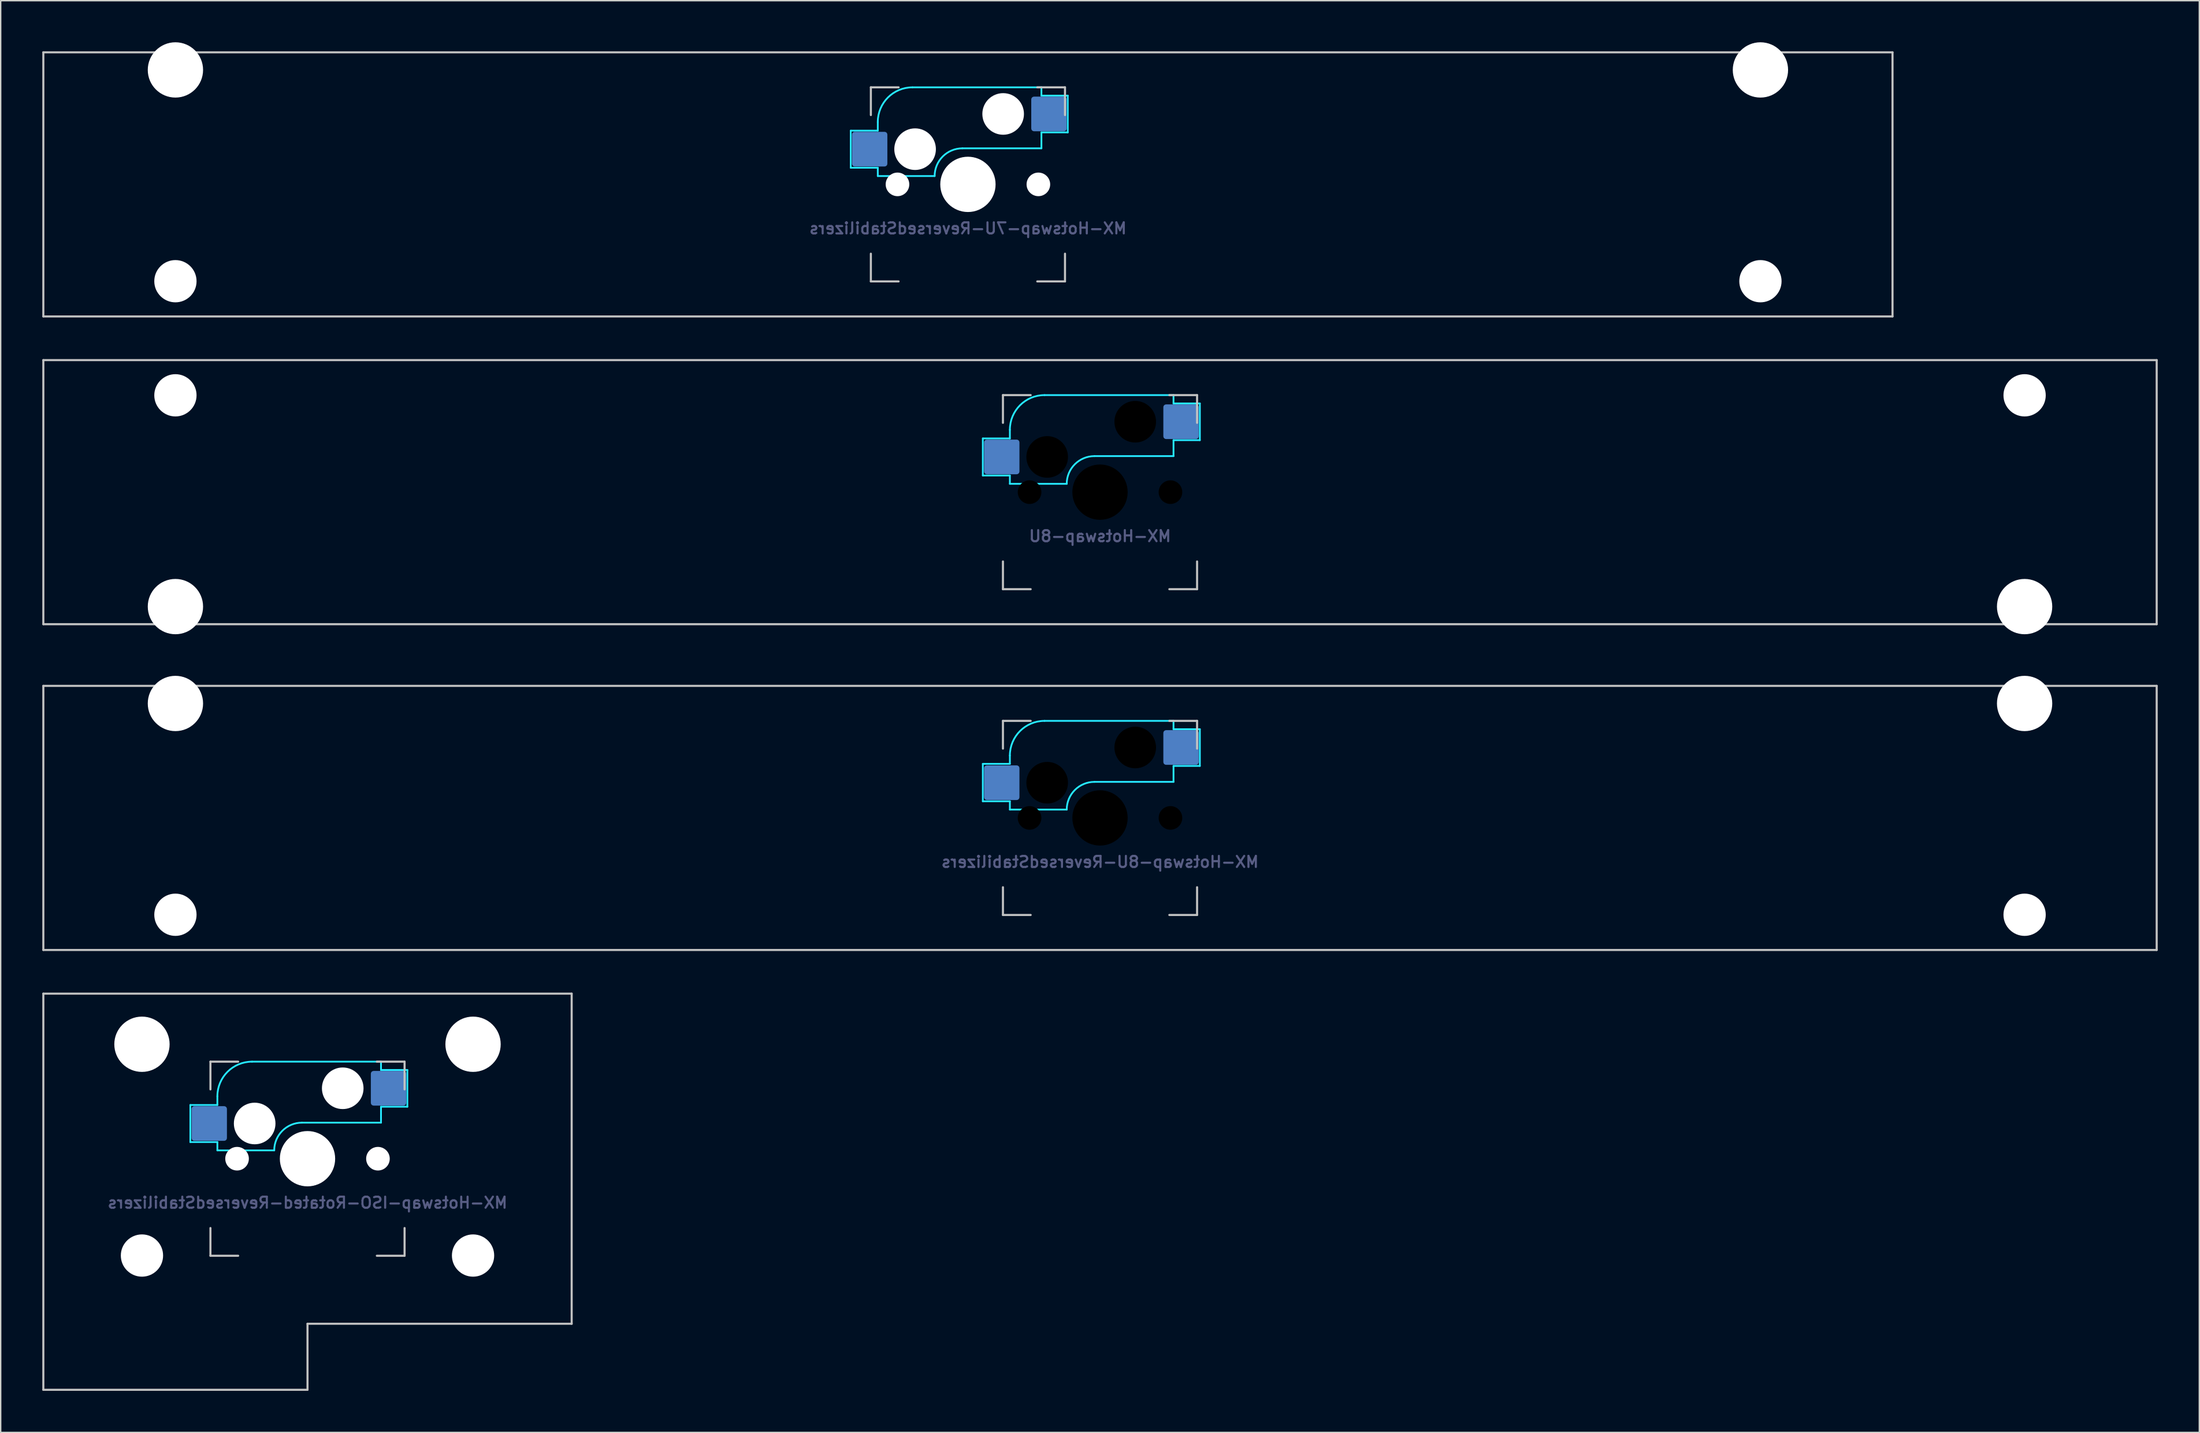
<source format=kicad_pcb>
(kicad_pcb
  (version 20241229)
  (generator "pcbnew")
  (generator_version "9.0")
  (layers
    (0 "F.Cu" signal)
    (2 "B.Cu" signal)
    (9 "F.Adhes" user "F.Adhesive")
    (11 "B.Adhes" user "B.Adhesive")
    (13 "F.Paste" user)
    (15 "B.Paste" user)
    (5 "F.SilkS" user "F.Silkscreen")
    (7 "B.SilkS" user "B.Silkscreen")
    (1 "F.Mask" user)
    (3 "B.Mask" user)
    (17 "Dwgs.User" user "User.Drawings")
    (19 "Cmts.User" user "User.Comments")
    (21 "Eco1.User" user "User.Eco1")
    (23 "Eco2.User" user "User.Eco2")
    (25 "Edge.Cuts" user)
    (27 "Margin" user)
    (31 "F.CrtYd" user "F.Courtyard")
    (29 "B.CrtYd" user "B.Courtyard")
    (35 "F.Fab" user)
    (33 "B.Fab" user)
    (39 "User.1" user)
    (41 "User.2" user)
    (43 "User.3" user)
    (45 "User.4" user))
  (footprint "MX-Hotswap-8U"
    (layer "F.Cu")
    (at 76.275 32.449)
    (property "Reference" "MX-Hotswap-8U" (at 0 3.175 0) (layer "B.Fab") (effects (font (size 0.8 0.8) (thickness 0.15)) (justify mirror)))
    (attr smd)
    (fp_line (start -76.2 9.525) (end -76.2 -9.525) (stroke (width 0.15) (type solid)) (layer "Dwgs.User"))
    (fp_line (start -7 -7) (end -7 -5) (stroke (width 0.15) (type solid)) (layer "Dwgs.User"))
    (fp_line (start -7 5) (end -7 7) (stroke (width 0.15) (type solid)) (layer "Dwgs.User"))
    (fp_line (start -7 7) (end -5 7) (stroke (width 0.15) (type solid)) (layer "Dwgs.User"))
    (fp_line (start -5 -7) (end -7 -7) (stroke (width 0.15) (type solid)) (layer "Dwgs.User"))
    (fp_line (start 5 -7) (end 7 -7) (stroke (width 0.15) (type solid)) (layer "Dwgs.User"))
    (fp_line (start 5 7) (end 7 7) (stroke (width 0.15) (type solid)) (layer "Dwgs.User"))
    (fp_line (start 7 -7) (end 7 -5) (stroke (width 0.15) (type solid)) (layer "Dwgs.User"))
    (fp_line (start 7 7) (end 7 5) (stroke (width 0.15) (type solid)) (layer "Dwgs.User"))
    (fp_line (start 76.2 -9.525) (end -76.2 -9.525) (stroke (width 0.15) (type solid)) (layer "Dwgs.User"))
    (fp_line (start 76.2 9.525) (end -76.2 9.525) (stroke (width 0.15) (type solid)) (layer "Dwgs.User"))
    (fp_line (start 76.2 9.525) (end 76.2 -9.525) (stroke (width 0.15) (type solid)) (layer "Dwgs.User"))
    (fp_line (start -8.45 -3.875) (end -8.45 -1.2) (stroke (width 0.127) (type solid)) (layer "B.CrtYd"))
    (fp_line (start -8.45 -1.2) (end -6.5 -1.2) (stroke (width 0.127) (type solid)) (layer "B.CrtYd"))
    (fp_line (start -6.5 -4.5) (end -6.5 -3.875) (stroke (width 0.127) (type solid)) (layer "B.CrtYd"))
    (fp_line (start -6.5 -3.875) (end -8.45 -3.875) (stroke (width 0.127) (type solid)) (layer "B.CrtYd"))
    (fp_line (start -6.5 -0.6) (end -6.5 -1.2) (stroke (width 0.127) (type solid)) (layer "B.CrtYd"))
    (fp_line (start -6.5 -0.6) (end -2.4 -0.6) (stroke (width 0.127) (type solid)) (layer "B.CrtYd"))
    (fp_line (start -0.4 -2.6) (end 5.3 -2.6) (stroke (width 0.127) (type solid)) (layer "B.CrtYd"))
    (fp_line (start 5.3 -7) (end -4 -7) (stroke (width 0.127) (type solid)) (layer "B.CrtYd"))
    (fp_line (start 5.3 -7) (end 5.3 -6.4) (stroke (width 0.127) (type solid)) (layer "B.CrtYd"))
    (fp_line (start 5.3 -6.4) (end 7.2 -6.4) (stroke (width 0.127) (type solid)) (layer "B.CrtYd"))
    (fp_line (start 5.3 -2.6) (end 5.3 -3.75) (stroke (width 0.127) (type solid)) (layer "B.CrtYd"))
    (fp_line (start 7.2 -6.4) (end 7.2 -3.75) (stroke (width 0.127) (type solid)) (layer "B.CrtYd"))
    (fp_line (start 7.2 -3.75) (end 5.3 -3.75) (stroke (width 0.127) (type solid)) (layer "B.CrtYd"))
    (fp_arc (start -6.5 -4.5) (mid -5.767767 -6.267767) (end -4 -7) (stroke (width 0.127) (type solid)) (layer "B.CrtYd"))
    (fp_arc (start -2.4 -0.6) (mid -1.814214 -2.014214) (end -0.4 -2.6) (stroke (width 0.127) (type solid)) (layer "B.CrtYd"))
    (pad "" np_thru_hole circle (at -66.675 -6.985) (size 3.048 3.048) (drill 3.048) (layers "*.Cu" "*.Mask"))
    (pad "" np_thru_hole circle (at -66.675 8.255) (size 3.988 3.988) (drill 3.988) (layers "*.Cu" "*.Mask"))
    (pad "" np_thru_hole circle (at -5.08 0 48.099) (size 1.702 1.702) (drill 1.702) (layers "*.Mask"))
    (pad "" np_thru_hole circle (at -3.81 -2.54) (size 3 3) (drill 3) (layers "*.Mask"))
    (pad "" np_thru_hole circle (at 0 0) (size 3.988 3.988) (drill 3.988) (layers "*.Mask"))
    (pad "" np_thru_hole circle (at 2.54 -5.08) (size 3 3) (drill 3) (layers "*.Mask"))
    (pad "" np_thru_hole circle (at 5.08 0 48.099) (size 1.702 1.702) (drill 1.702) (layers "*.Mask"))
    (pad "" np_thru_hole circle (at 66.675 -6.985) (size 3.048 3.048) (drill 3.048) (layers "*.Cu" "*.Mask"))
    (pad "" np_thru_hole circle (at 66.675 8.255) (size 3.988 3.988) (drill 3.988) (layers "*.Cu" "*.Mask"))
    (pad "1" smd roundrect (at -7.085 -2.54) (size 2.55 2.5) (layers "B.Cu" "B.Mask" "B.Paste") (roundrect_rratio 0.08))
    (pad "2" smd roundrect (at 5.842 -5.08) (size 2.55 2.5) (layers "B.Cu" "B.Mask" "B.Paste") (roundrect_rratio 0.08)))
  (footprint "MX-Hotswap-8U-ReversedStabilizers"
    (layer "F.Cu")
    (at 76.275 55.947)
    (property "Reference" "MX-Hotswap-8U-ReversedStabilizers" (at 0 3.175 0) (layer "B.Fab") (effects (font (size 0.8 0.8) (thickness 0.15)) (justify mirror)))
    (attr smd)
    (fp_line (start -76.2 9.525) (end -76.2 -9.525) (stroke (width 0.15) (type solid)) (layer "Dwgs.User"))
    (fp_line (start -7 -7) (end -7 -5) (stroke (width 0.15) (type solid)) (layer "Dwgs.User"))
    (fp_line (start -7 5) (end -7 7) (stroke (width 0.15) (type solid)) (layer "Dwgs.User"))
    (fp_line (start -7 7) (end -5 7) (stroke (width 0.15) (type solid)) (layer "Dwgs.User"))
    (fp_line (start -5 -7) (end -7 -7) (stroke (width 0.15) (type solid)) (layer "Dwgs.User"))
    (fp_line (start 5 -7) (end 7 -7) (stroke (width 0.15) (type solid)) (layer "Dwgs.User"))
    (fp_line (start 5 7) (end 7 7) (stroke (width 0.15) (type solid)) (layer "Dwgs.User"))
    (fp_line (start 7 -7) (end 7 -5) (stroke (width 0.15) (type solid)) (layer "Dwgs.User"))
    (fp_line (start 7 7) (end 7 5) (stroke (width 0.15) (type solid)) (layer "Dwgs.User"))
    (fp_line (start 76.2 -9.525) (end -76.2 -9.525) (stroke (width 0.15) (type solid)) (layer "Dwgs.User"))
    (fp_line (start 76.2 9.525) (end -76.2 9.525) (stroke (width 0.15) (type solid)) (layer "Dwgs.User"))
    (fp_line (start 76.2 9.525) (end 76.2 -9.525) (stroke (width 0.15) (type solid)) (layer "Dwgs.User"))
    (fp_line (start -8.45 -3.9) (end -8.45 -1.2) (stroke (width 0.127) (type solid)) (layer "B.CrtYd"))
    (fp_line (start -8.45 -1.2) (end -6.5 -1.2) (stroke (width 0.127) (type solid)) (layer "B.CrtYd"))
    (fp_line (start -6.5 -4.5) (end -6.5 -3.9) (stroke (width 0.127) (type solid)) (layer "B.CrtYd"))
    (fp_line (start -6.5 -3.9) (end -8.45 -3.9) (stroke (width 0.127) (type solid)) (layer "B.CrtYd"))
    (fp_line (start -6.5 -0.6) (end -6.5 -1.2) (stroke (width 0.127) (type solid)) (layer "B.CrtYd"))
    (fp_line (start -6.5 -0.6) (end -2.4 -0.6) (stroke (width 0.127) (type solid)) (layer "B.CrtYd"))
    (fp_line (start -0.4 -2.6) (end 5.3 -2.6) (stroke (width 0.127) (type solid)) (layer "B.CrtYd"))
    (fp_line (start 5.3 -7) (end -4 -7) (stroke (width 0.127) (type solid)) (layer "B.CrtYd"))
    (fp_line (start 5.3 -7) (end 5.3 -6.4) (stroke (width 0.127) (type solid)) (layer "B.CrtYd"))
    (fp_line (start 5.3 -6.4) (end 7.2 -6.4) (stroke (width 0.127) (type solid)) (layer "B.CrtYd"))
    (fp_line (start 5.3 -2.6) (end 5.3 -3.75) (stroke (width 0.127) (type solid)) (layer "B.CrtYd"))
    (fp_line (start 7.2 -6.4) (end 7.2 -3.75) (stroke (width 0.127) (type solid)) (layer "B.CrtYd"))
    (fp_line (start 7.2 -3.75) (end 5.3 -3.75) (stroke (width 0.127) (type solid)) (layer "B.CrtYd"))
    (fp_arc (start -6.5 -4.5) (mid -5.767767 -6.267767) (end -4 -7) (stroke (width 0.127) (type solid)) (layer "B.CrtYd"))
    (fp_arc (start -2.4 -0.6) (mid -1.814214 -2.014214) (end -0.4 -2.6) (stroke (width 0.127) (type solid)) (layer "B.CrtYd"))
    (pad "" np_thru_hole circle (at -66.675 -8.255) (size 3.988 3.988) (drill 3.988) (layers "*.Cu" "*.Mask"))
    (pad "" np_thru_hole circle (at -66.675 6.985) (size 3.048 3.048) (drill 3.048) (layers "*.Cu" "*.Mask"))
    (pad "" np_thru_hole circle (at -5.08 0 48.099) (size 1.702 1.702) (drill 1.702) (layers "*.Mask"))
    (pad "" np_thru_hole circle (at -3.81 -2.54) (size 3 3) (drill 3) (layers "*.Mask"))
    (pad "" np_thru_hole circle (at 0 0) (size 3.988 3.988) (drill 3.988) (layers "*.Mask"))
    (pad "" np_thru_hole circle (at 2.54 -5.08) (size 3 3) (drill 3) (layers "*.Mask"))
    (pad "" np_thru_hole circle (at 5.08 0 48.099) (size 1.702 1.702) (drill 1.702) (layers "*.Mask"))
    (pad "" np_thru_hole circle (at 66.675 -8.255) (size 3.988 3.988) (drill 3.988) (layers "*.Cu" "*.Mask"))
    (pad "" np_thru_hole circle (at 66.675 6.985) (size 3.048 3.048) (drill 3.048) (layers "*.Cu" "*.Mask"))
    (pad "1" smd roundrect (at -7.085 -2.54) (size 2.55 2.5) (layers "B.Cu" "B.Mask" "B.Paste") (roundrect_rratio 0.08))
    (pad "2" smd roundrect (at 5.842 -5.08) (size 2.55 2.5) (layers "B.Cu" "B.Mask" "B.Paste") (roundrect_rratio 0.08)))
  (footprint "MX-Hotswap-7U-ReversedStabilizers"
    (layer "F.Cu")
    (at 66.75 10.249)
    (property "Reference" "MX-Hotswap-7U-ReversedStabilizers" (at 0 3.175 0) (layer "B.Fab") (effects (font (size 0.8 0.8) (thickness 0.15)) (justify mirror)))
    (attr smd)
    (fp_line (start -66.675 9.525) (end -66.675 -9.525) (stroke (width 0.15) (type solid)) (layer "Dwgs.User"))
    (fp_line (start -7 -7) (end -7 -5) (stroke (width 0.15) (type solid)) (layer "Dwgs.User"))
    (fp_line (start -7 5) (end -7 7) (stroke (width 0.15) (type solid)) (layer "Dwgs.User"))
    (fp_line (start -7 7) (end -5 7) (stroke (width 0.15) (type solid)) (layer "Dwgs.User"))
    (fp_line (start -5 -7) (end -7 -7) (stroke (width 0.15) (type solid)) (layer "Dwgs.User"))
    (fp_line (start 5 -7) (end 7 -7) (stroke (width 0.15) (type solid)) (layer "Dwgs.User"))
    (fp_line (start 5 7) (end 7 7) (stroke (width 0.15) (type solid)) (layer "Dwgs.User"))
    (fp_line (start 7 -7) (end 7 -5) (stroke (width 0.15) (type solid)) (layer "Dwgs.User"))
    (fp_line (start 7 7) (end 7 5) (stroke (width 0.15) (type solid)) (layer "Dwgs.User"))
    (fp_line (start 66.675 -9.525) (end -66.675 -9.525) (stroke (width 0.15) (type solid)) (layer "Dwgs.User"))
    (fp_line (start 66.675 9.525) (end -66.675 9.525) (stroke (width 0.15) (type solid)) (layer "Dwgs.User"))
    (fp_line (start 66.675 9.525) (end 66.675 -9.525) (stroke (width 0.15) (type solid)) (layer "Dwgs.User"))
    (fp_line (start -8.45 -3.875) (end -8.45 -1.2) (stroke (width 0.127) (type solid)) (layer "B.CrtYd"))
    (fp_line (start -8.45 -1.2) (end -6.5 -1.2) (stroke (width 0.127) (type solid)) (layer "B.CrtYd"))
    (fp_line (start -6.5 -4.5) (end -6.5 -3.875) (stroke (width 0.127) (type solid)) (layer "B.CrtYd"))
    (fp_line (start -6.5 -3.875) (end -8.45 -3.875) (stroke (width 0.127) (type solid)) (layer "B.CrtYd"))
    (fp_line (start -6.5 -0.6) (end -6.5 -1.2) (stroke (width 0.127) (type solid)) (layer "B.CrtYd"))
    (fp_line (start -6.5 -0.6) (end -2.4 -0.6) (stroke (width 0.127) (type solid)) (layer "B.CrtYd"))
    (fp_line (start -0.4 -2.6) (end 5.3 -2.6) (stroke (width 0.127) (type solid)) (layer "B.CrtYd"))
    (fp_line (start 5.3 -7) (end -4 -7) (stroke (width 0.127) (type solid)) (layer "B.CrtYd"))
    (fp_line (start 5.3 -7) (end 5.3 -6.4) (stroke (width 0.127) (type solid)) (layer "B.CrtYd"))
    (fp_line (start 5.3 -6.4) (end 7.2 -6.4) (stroke (width 0.127) (type solid)) (layer "B.CrtYd"))
    (fp_line (start 5.3 -2.6) (end 5.3 -3.75) (stroke (width 0.127) (type solid)) (layer "B.CrtYd"))
    (fp_line (start 7.2 -6.4) (end 7.2 -3.75) (stroke (width 0.127) (type solid)) (layer "B.CrtYd"))
    (fp_line (start 7.2 -3.75) (end 5.3 -3.75) (stroke (width 0.127) (type solid)) (layer "B.CrtYd"))
    (fp_arc (start -6.5 -4.5) (mid -5.767767 -6.267767) (end -4 -7) (stroke (width 0.127) (type solid)) (layer "B.CrtYd"))
    (fp_arc (start -2.4 -0.6) (mid -1.814214 -2.014214) (end -0.4 -2.6) (stroke (width 0.127) (type solid)) (layer "B.CrtYd"))
    (pad "" np_thru_hole circle (at -57.15 -8.255) (size 3.988 3.988) (drill 3.988) (layers "*.Cu" "*.Mask"))
    (pad "" np_thru_hole circle (at -57.15 6.985) (size 3.048 3.048) (drill 3.048) (layers "*.Cu" "*.Mask"))
    (pad "" np_thru_hole circle (at -5.08 0 48.099) (size 1.702 1.702) (drill 1.702) (layers "*.Cu" "*.Mask"))
    (pad "" np_thru_hole circle (at -3.81 -2.54) (size 3 3) (drill 3) (layers "*.Cu" "*.Mask"))
    (pad "" np_thru_hole circle (at 0 0) (size 3.988 3.988) (drill 3.988) (layers "*.Cu" "*.Mask"))
    (pad "" np_thru_hole circle (at 2.54 -5.08) (size 3 3) (drill 3) (layers "*.Cu" "*.Mask"))
    (pad "" np_thru_hole circle (at 5.08 0 48.099) (size 1.702 1.702) (drill 1.702) (layers "*.Cu" "*.Mask"))
    (pad "" np_thru_hole circle (at 57.15 -8.255) (size 3.988 3.988) (drill 3.988) (layers "*.Cu" "*.Mask"))
    (pad "" np_thru_hole circle (at 57.15 6.985) (size 3.048 3.048) (drill 3.048) (layers "*.Cu" "*.Mask"))
    (pad "1" smd roundrect (at -7.085 -2.54) (size 2.55 2.5) (layers "B.Cu" "B.Mask" "B.Paste") (roundrect_rratio 0.08))
    (pad "2" smd roundrect (at 5.842 -5.08) (size 2.55 2.5) (layers "B.Cu" "B.Mask" "B.Paste") (roundrect_rratio 0.08)))
  (footprint "MX-Hotswap-ISO-Rotated-ReversedStabilizers"
    (layer "F.Cu")
    (at 19.125 80.528)
    (property "Reference" "MX-Hotswap-ISO-Rotated-ReversedStabilizers" (at 0 3.175 0) (layer "B.Fab") (effects (font (size 0.8 0.8) (thickness 0.15)) (justify mirror)))
    (attr smd)
    (fp_line (start -19.05 -11.906) (end 19.05 -11.906) (stroke (width 0.15) (type solid)) (layer "Dwgs.User"))
    (fp_line (start -19.05 16.669) (end -19.05 -11.906) (stroke (width 0.15) (type solid)) (layer "Dwgs.User"))
    (fp_line (start -19.05 16.669) (end 0 16.669) (stroke (width 0.15) (type solid)) (layer "Dwgs.User"))
    (fp_line (start -7 -7) (end -7 -5) (stroke (width 0.15) (type solid)) (layer "Dwgs.User"))
    (fp_line (start -7 5) (end -7 7) (stroke (width 0.15) (type solid)) (layer "Dwgs.User"))
    (fp_line (start -7 7) (end -5 7) (stroke (width 0.15) (type solid)) (layer "Dwgs.User"))
    (fp_line (start -5 -7) (end -7 -7) (stroke (width 0.15) (type solid)) (layer "Dwgs.User"))
    (fp_line (start 0 11.906) (end 0 16.669) (stroke (width 0.15) (type solid)) (layer "Dwgs.User"))
    (fp_line (start 5 -7) (end 7 -7) (stroke (width 0.15) (type solid)) (layer "Dwgs.User"))
    (fp_line (start 5 7) (end 7 7) (stroke (width 0.15) (type solid)) (layer "Dwgs.User"))
    (fp_line (start 7 -7) (end 7 -5) (stroke (width 0.15) (type solid)) (layer "Dwgs.User"))
    (fp_line (start 7 7) (end 7 5) (stroke (width 0.15) (type solid)) (layer "Dwgs.User"))
    (fp_line (start 19.05 11.906) (end 0 11.906) (stroke (width 0.15) (type solid)) (layer "Dwgs.User"))
    (fp_line (start 19.05 11.906) (end 19.05 -11.906) (stroke (width 0.15) (type solid)) (layer "Dwgs.User"))
    (fp_line (start -8.45 -3.875) (end -8.45 -1.2) (stroke (width 0.127) (type solid)) (layer "B.CrtYd"))
    (fp_line (start -8.45 -1.2) (end -6.5 -1.2) (stroke (width 0.127) (type solid)) (layer "B.CrtYd"))
    (fp_line (start -6.5 -4.5) (end -6.5 -3.875) (stroke (width 0.127) (type solid)) (layer "B.CrtYd"))
    (fp_line (start -6.5 -3.875) (end -8.45 -3.875) (stroke (width 0.127) (type solid)) (layer "B.CrtYd"))
    (fp_line (start -6.5 -0.6) (end -6.5 -1.2) (stroke (width 0.127) (type solid)) (layer "B.CrtYd"))
    (fp_line (start -6.5 -0.6) (end -2.4 -0.6) (stroke (width 0.127) (type solid)) (layer "B.CrtYd"))
    (fp_line (start -0.4 -2.6) (end 5.3 -2.6) (stroke (width 0.127) (type solid)) (layer "B.CrtYd"))
    (fp_line (start 5.3 -7) (end -4 -7) (stroke (width 0.127) (type solid)) (layer "B.CrtYd"))
    (fp_line (start 5.3 -7) (end 5.3 -6.4) (stroke (width 0.127) (type solid)) (layer "B.CrtYd"))
    (fp_line (start 5.3 -6.4) (end 7.2 -6.4) (stroke (width 0.127) (type solid)) (layer "B.CrtYd"))
    (fp_line (start 5.3 -2.6) (end 5.3 -3.75) (stroke (width 0.127) (type solid)) (layer "B.CrtYd"))
    (fp_line (start 7.2 -6.4) (end 7.2 -3.75) (stroke (width 0.127) (type solid)) (layer "B.CrtYd"))
    (fp_line (start 7.2 -3.75) (end 5.3 -3.75) (stroke (width 0.127) (type solid)) (layer "B.CrtYd"))
    (fp_arc (start -6.5 -4.5) (mid -5.767767 -6.267767) (end -4 -7) (stroke (width 0.127) (type solid)) (layer "B.CrtYd"))
    (fp_arc (start -2.4 -0.6) (mid -1.814214 -2.014214) (end -0.4 -2.6) (stroke (width 0.127) (type solid)) (layer "B.CrtYd"))
    (pad "" np_thru_hole circle (at -11.938 -8.255) (size 3.988 3.988) (drill 3.988) (layers "*.Cu" "*.Mask"))
    (pad "" np_thru_hole circle (at -11.938 6.985) (size 3.048 3.048) (drill 3.048) (layers "*.Cu" "*.Mask"))
    (pad "" np_thru_hole circle (at -5.08 0 48.099) (size 1.702 1.702) (drill 1.702) (layers "*.Cu" "*.Mask"))
    (pad "" np_thru_hole circle (at -3.81 -2.54) (size 3 3) (drill 3) (layers "*.Cu" "*.Mask"))
    (pad "" np_thru_hole circle (at 0 0) (size 3.988 3.988) (drill 3.988) (layers "*.Cu" "*.Mask"))
    (pad "" np_thru_hole circle (at 2.54 -5.08) (size 3 3) (drill 3) (layers "*.Cu" "*.Mask"))
    (pad "" np_thru_hole circle (at 5.08 0 48.099) (size 1.702 1.702) (drill 1.702) (layers "*.Cu" "*.Mask"))
    (pad "" np_thru_hole circle (at 11.938 -8.255) (size 3.988 3.988) (drill 3.988) (layers "*.Cu" "*.Mask"))
    (pad "" np_thru_hole circle (at 11.938 6.985) (size 3.048 3.048) (drill 3.048) (layers "*.Cu" "*.Mask"))
    (pad "1" smd roundrect (at -7.085 -2.54) (size 2.55 2.5) (layers "B.Cu" "B.Mask" "B.Paste") (roundrect_rratio 0.08))
    (pad "2" smd roundrect (at 5.842 -5.08) (size 2.55 2.5) (layers "B.Cu" "B.Mask" "B.Paste") (roundrect_rratio 0.08)))
  (gr_rect
    (start -3 -3)
    (end 155.55 100.272)
    (stroke (width 0.1) (type default))
    (fill no)
    (layer "Edge.Cuts")))
</source>
